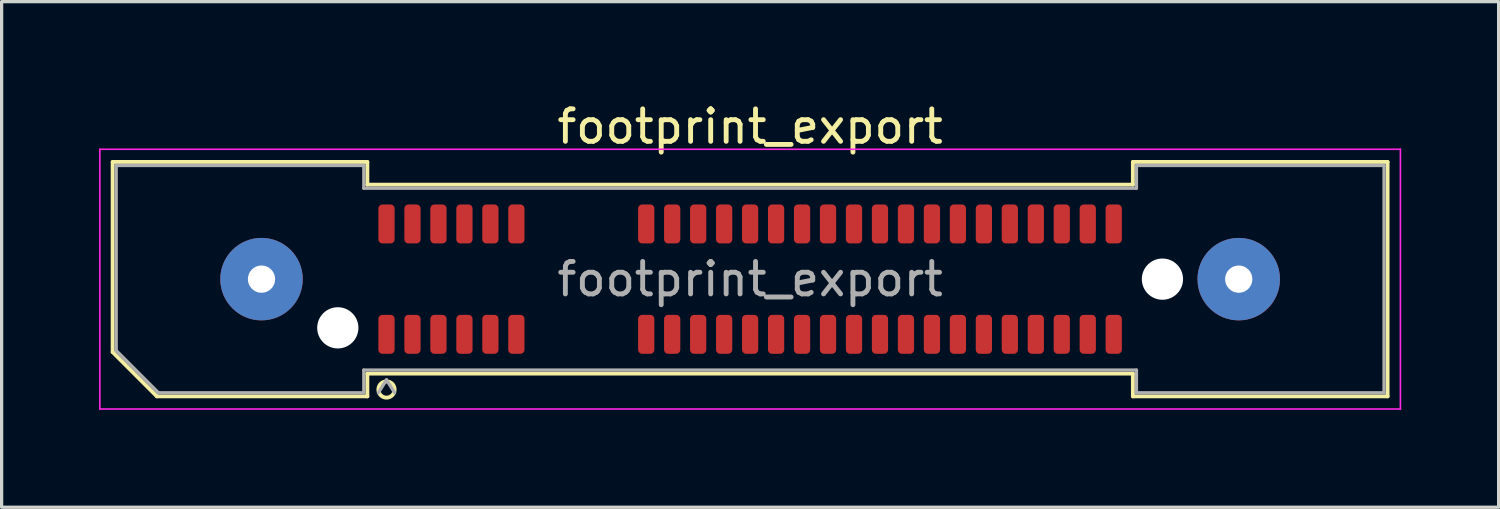
<source format=kicad_pcb>
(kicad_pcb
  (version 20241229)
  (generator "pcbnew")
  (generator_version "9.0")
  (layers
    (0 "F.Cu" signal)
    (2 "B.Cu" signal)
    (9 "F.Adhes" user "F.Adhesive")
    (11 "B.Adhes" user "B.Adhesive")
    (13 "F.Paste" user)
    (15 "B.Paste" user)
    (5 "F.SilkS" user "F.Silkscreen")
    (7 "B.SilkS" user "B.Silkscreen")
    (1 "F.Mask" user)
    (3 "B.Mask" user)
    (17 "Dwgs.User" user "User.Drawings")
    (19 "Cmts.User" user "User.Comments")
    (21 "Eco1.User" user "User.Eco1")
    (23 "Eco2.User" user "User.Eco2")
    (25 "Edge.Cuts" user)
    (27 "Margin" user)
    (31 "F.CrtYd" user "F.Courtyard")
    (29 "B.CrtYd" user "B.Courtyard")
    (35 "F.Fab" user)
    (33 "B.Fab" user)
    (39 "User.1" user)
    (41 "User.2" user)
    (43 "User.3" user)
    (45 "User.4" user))
  (footprint "footprint_export"
    (layer "F.Cu")
    (at 20.055 5.548)
    (property "Reference" "footprint_export" (at 0 -4.7 0) (layer "F.SilkS") (effects (font (size 1 1) (thickness 0.15))))
    (attr smd)
    (fp_line (start -19.635 -3.61) (end -11.79 -3.61) (stroke (width 0.12) (type solid)) (layer "F.SilkS"))
    (fp_line (start -19.635 2.246) (end -19.635 -3.61) (stroke (width 0.12) (type solid)) (layer "F.SilkS"))
    (fp_line (start -18.271 3.61) (end -19.635 2.246) (stroke (width 0.12) (type solid)) (layer "F.SilkS"))
    (fp_line (start -11.79 -3.61) (end -11.79 -2.91) (stroke (width 0.12) (type solid)) (layer "F.SilkS"))
    (fp_line (start -11.79 -2.91) (end 11.79 -2.91) (stroke (width 0.12) (type solid)) (layer "F.SilkS"))
    (fp_line (start -11.79 2.91) (end -11.79 3.61) (stroke (width 0.12) (type solid)) (layer "F.SilkS"))
    (fp_line (start -11.79 3.61) (end -18.271 3.61) (stroke (width 0.12) (type solid)) (layer "F.SilkS"))
    (fp_line (start 11.79 -3.61) (end 19.635 -3.61) (stroke (width 0.12) (type solid)) (layer "F.SilkS"))
    (fp_line (start 11.79 -2.91) (end 11.79 -3.61) (stroke (width 0.12) (type solid)) (layer "F.SilkS"))
    (fp_line (start 11.79 2.91) (end -11.79 2.91) (stroke (width 0.12) (type solid)) (layer "F.SilkS"))
    (fp_line (start 11.79 3.61) (end 11.79 2.91) (stroke (width 0.12) (type solid)) (layer "F.SilkS"))
    (fp_line (start 19.635 -3.61) (end 19.635 3.61) (stroke (width 0.12) (type solid)) (layer "F.SilkS"))
    (fp_line (start 19.635 3.61) (end 11.79 3.61) (stroke (width 0.12) (type solid)) (layer "F.SilkS"))
    (fp_circle (center -11.2 3.4) (end -10.95 3.4) (stroke (width 0.12) (type solid)) (fill no) (layer "F.SilkS"))
    (fp_line (start -20.03 -4) (end -20.03 4) (stroke (width 0.05) (type solid)) (layer "F.CrtYd"))
    (fp_line (start -20.03 4) (end 20.03 4) (stroke (width 0.05) (type solid)) (layer "F.CrtYd"))
    (fp_line (start 20.03 -4) (end -20.03 -4) (stroke (width 0.05) (type solid)) (layer "F.CrtYd"))
    (fp_line (start 20.03 4) (end 20.03 -4) (stroke (width 0.05) (type solid)) (layer "F.CrtYd"))
    (fp_line (start -19.525 -3.5) (end -11.9 -3.5) (stroke (width 0.1) (type solid)) (layer "F.Fab"))
    (fp_line (start -19.525 2.2) (end -19.525 -3.5) (stroke (width 0.1) (type solid)) (layer "F.Fab"))
    (fp_line (start -18.225 3.5) (end -19.525 2.2) (stroke (width 0.1) (type solid)) (layer "F.Fab"))
    (fp_line (start -11.9 -3.5) (end -11.9 -2.8) (stroke (width 0.1) (type solid)) (layer "F.Fab"))
    (fp_line (start -11.9 -2.8) (end 11.9 -2.8) (stroke (width 0.1) (type solid)) (layer "F.Fab"))
    (fp_line (start -11.9 2.8) (end -11.9 3.5) (stroke (width 0.1) (type solid)) (layer "F.Fab"))
    (fp_line (start -11.9 3.5) (end -18.225 3.5) (stroke (width 0.1) (type solid)) (layer "F.Fab"))
    (fp_line (start -11.2 3.1) (end -11.45 3.5) (stroke (width 0.1) (type solid)) (layer "F.Fab"))
    (fp_line (start -11.2 3.1) (end -10.95 3.5) (stroke (width 0.1) (type solid)) (layer "F.Fab"))
    (fp_line (start 11.9 -3.5) (end 19.525 -3.5) (stroke (width 0.1) (type solid)) (layer "F.Fab"))
    (fp_line (start 11.9 -2.8) (end 11.9 -3.5) (stroke (width 0.1) (type solid)) (layer "F.Fab"))
    (fp_line (start 11.9 2.8) (end -11.9 2.8) (stroke (width 0.1) (type solid)) (layer "F.Fab"))
    (fp_line (start 11.9 3.5) (end 11.9 2.8) (stroke (width 0.1) (type solid)) (layer "F.Fab"))
    (fp_line (start 19.525 -3.5) (end 19.525 3.5) (stroke (width 0.1) (type solid)) (layer "F.Fab"))
    (fp_line (start 19.525 3.5) (end 11.9 3.5) (stroke (width 0.1) (type solid)) (layer "F.Fab"))
    (fp_text user "${REFERENCE}" (at 0 0 0) (layer "F.Fab") (effects (font (size 1 1) (thickness 0.15))))
    (pad "" thru_hole circle (at -15.05 0) (size 2.54 2.54) (drill 0.84) (layers "*.Cu" "*.Mask" "F.Paste"))
    (pad "" np_thru_hole circle (at -12.7 1.5) (size 1.27 1.27) (drill 1.27) (layers "*.Cu" "*.Mask"))
    (pad "" np_thru_hole circle (at 12.7 0) (size 1.27 1.27) (drill 1.27) (layers "*.Cu" "*.Mask"))
    (pad "" thru_hole circle (at 15.05 0) (size 2.54 2.54) (drill 0.84) (layers "*.Cu" "*.Mask" "F.Paste"))
    (pad "1" smd roundrect (at -11.2 1.7) (size 0.5 1.2) (layers "F.Cu" "F.Mask" "F.Paste") (roundrect_rratio 0.25))
    (pad "2" smd roundrect (at -11.2 -1.7) (size 0.5 1.2) (layers "F.Cu" "F.Mask" "F.Paste") (roundrect_rratio 0.25))
    (pad "3" smd roundrect (at -10.4 1.7) (size 0.5 1.2) (layers "F.Cu" "F.Mask" "F.Paste") (roundrect_rratio 0.25))
    (pad "4" smd roundrect (at -10.4 -1.7) (size 0.5 1.2) (layers "F.Cu" "F.Mask" "F.Paste") (roundrect_rratio 0.25))
    (pad "5" smd roundrect (at -9.6 1.7) (size 0.5 1.2) (layers "F.Cu" "F.Mask" "F.Paste") (roundrect_rratio 0.25))
    (pad "6" smd roundrect (at -9.6 -1.7) (size 0.5 1.2) (layers "F.Cu" "F.Mask" "F.Paste") (roundrect_rratio 0.25))
    (pad "7" smd roundrect (at -8.8 1.7) (size 0.5 1.2) (layers "F.Cu" "F.Mask" "F.Paste") (roundrect_rratio 0.25))
    (pad "8" smd roundrect (at -8.8 -1.7) (size 0.5 1.2) (layers "F.Cu" "F.Mask" "F.Paste") (roundrect_rratio 0.25))
    (pad "9" smd roundrect (at -8 1.7) (size 0.5 1.2) (layers "F.Cu" "F.Mask" "F.Paste") (roundrect_rratio 0.25))
    (pad "10" smd roundrect (at -8 -1.7) (size 0.5 1.2) (layers "F.Cu" "F.Mask" "F.Paste") (roundrect_rratio 0.25))
    (pad "11" smd roundrect (at -7.2 1.7) (size 0.5 1.2) (layers "F.Cu" "F.Mask" "F.Paste") (roundrect_rratio 0.25))
    (pad "12" smd roundrect (at -7.2 -1.7) (size 0.5 1.2) (layers "F.Cu" "F.Mask" "F.Paste") (roundrect_rratio 0.25))
    (pad "13" smd roundrect (at -3.2 1.7) (size 0.5 1.2) (layers "F.Cu" "F.Mask" "F.Paste") (roundrect_rratio 0.25))
    (pad "14" smd roundrect (at -3.2 -1.7) (size 0.5 1.2) (layers "F.Cu" "F.Mask" "F.Paste") (roundrect_rratio 0.25))
    (pad "15" smd roundrect (at -2.4 1.7) (size 0.5 1.2) (layers "F.Cu" "F.Mask" "F.Paste") (roundrect_rratio 0.25))
    (pad "16" smd roundrect (at -2.4 -1.7) (size 0.5 1.2) (layers "F.Cu" "F.Mask" "F.Paste") (roundrect_rratio 0.25))
    (pad "17" smd roundrect (at -1.6 1.7) (size 0.5 1.2) (layers "F.Cu" "F.Mask" "F.Paste") (roundrect_rratio 0.25))
    (pad "18" smd roundrect (at -1.6 -1.7) (size 0.5 1.2) (layers "F.Cu" "F.Mask" "F.Paste") (roundrect_rratio 0.25))
    (pad "19" smd roundrect (at -0.8 1.7) (size 0.5 1.2) (layers "F.Cu" "F.Mask" "F.Paste") (roundrect_rratio 0.25))
    (pad "20" smd roundrect (at -0.8 -1.7) (size 0.5 1.2) (layers "F.Cu" "F.Mask" "F.Paste") (roundrect_rratio 0.25))
    (pad "21" smd roundrect (at 0 1.7) (size 0.5 1.2) (layers "F.Cu" "F.Mask" "F.Paste") (roundrect_rratio 0.25))
    (pad "22" smd roundrect (at 0 -1.7) (size 0.5 1.2) (layers "F.Cu" "F.Mask" "F.Paste") (roundrect_rratio 0.25))
    (pad "23" smd roundrect (at 0.8 1.7) (size 0.5 1.2) (layers "F.Cu" "F.Mask" "F.Paste") (roundrect_rratio 0.25))
    (pad "24" smd roundrect (at 0.8 -1.7) (size 0.5 1.2) (layers "F.Cu" "F.Mask" "F.Paste") (roundrect_rratio 0.25))
    (pad "25" smd roundrect (at 1.6 1.7) (size 0.5 1.2) (layers "F.Cu" "F.Mask" "F.Paste") (roundrect_rratio 0.25))
    (pad "26" smd roundrect (at 1.6 -1.7) (size 0.5 1.2) (layers "F.Cu" "F.Mask" "F.Paste") (roundrect_rratio 0.25))
    (pad "27" smd roundrect (at 2.4 1.7) (size 0.5 1.2) (layers "F.Cu" "F.Mask" "F.Paste") (roundrect_rratio 0.25))
    (pad "28" smd roundrect (at 2.4 -1.7) (size 0.5 1.2) (layers "F.Cu" "F.Mask" "F.Paste") (roundrect_rratio 0.25))
    (pad "29" smd roundrect (at 3.2 1.7) (size 0.5 1.2) (layers "F.Cu" "F.Mask" "F.Paste") (roundrect_rratio 0.25))
    (pad "30" smd roundrect (at 3.2 -1.7) (size 0.5 1.2) (layers "F.Cu" "F.Mask" "F.Paste") (roundrect_rratio 0.25))
    (pad "31" smd roundrect (at 4 1.7) (size 0.5 1.2) (layers "F.Cu" "F.Mask" "F.Paste") (roundrect_rratio 0.25))
    (pad "32" smd roundrect (at 4 -1.7) (size 0.5 1.2) (layers "F.Cu" "F.Mask" "F.Paste") (roundrect_rratio 0.25))
    (pad "33" smd roundrect (at 4.8 1.7) (size 0.5 1.2) (layers "F.Cu" "F.Mask" "F.Paste") (roundrect_rratio 0.25))
    (pad "34" smd roundrect (at 4.8 -1.7) (size 0.5 1.2) (layers "F.Cu" "F.Mask" "F.Paste") (roundrect_rratio 0.25))
    (pad "35" smd roundrect (at 5.6 1.7) (size 0.5 1.2) (layers "F.Cu" "F.Mask" "F.Paste") (roundrect_rratio 0.25))
    (pad "36" smd roundrect (at 5.6 -1.7) (size 0.5 1.2) (layers "F.Cu" "F.Mask" "F.Paste") (roundrect_rratio 0.25))
    (pad "37" smd roundrect (at 6.4 1.7) (size 0.5 1.2) (layers "F.Cu" "F.Mask" "F.Paste") (roundrect_rratio 0.25))
    (pad "38" smd roundrect (at 6.4 -1.7) (size 0.5 1.2) (layers "F.Cu" "F.Mask" "F.Paste") (roundrect_rratio 0.25))
    (pad "39" smd roundrect (at 7.2 1.7) (size 0.5 1.2) (layers "F.Cu" "F.Mask" "F.Paste") (roundrect_rratio 0.25))
    (pad "40" smd roundrect (at 7.2 -1.7) (size 0.5 1.2) (layers "F.Cu" "F.Mask" "F.Paste") (roundrect_rratio 0.25))
    (pad "41" smd roundrect (at 8 1.7) (size 0.5 1.2) (layers "F.Cu" "F.Mask" "F.Paste") (roundrect_rratio 0.25))
    (pad "42" smd roundrect (at 8 -1.7) (size 0.5 1.2) (layers "F.Cu" "F.Mask" "F.Paste") (roundrect_rratio 0.25))
    (pad "43" smd roundrect (at 8.8 1.7) (size 0.5 1.2) (layers "F.Cu" "F.Mask" "F.Paste") (roundrect_rratio 0.25))
    (pad "44" smd roundrect (at 8.8 -1.7) (size 0.5 1.2) (layers "F.Cu" "F.Mask" "F.Paste") (roundrect_rratio 0.25))
    (pad "45" smd roundrect (at 9.6 1.7) (size 0.5 1.2) (layers "F.Cu" "F.Mask" "F.Paste") (roundrect_rratio 0.25))
    (pad "46" smd roundrect (at 9.6 -1.7) (size 0.5 1.2) (layers "F.Cu" "F.Mask" "F.Paste") (roundrect_rratio 0.25))
    (pad "47" smd roundrect (at 10.4 1.7) (size 0.5 1.2) (layers "F.Cu" "F.Mask" "F.Paste") (roundrect_rratio 0.25))
    (pad "48" smd roundrect (at 10.4 -1.7) (size 0.5 1.2) (layers "F.Cu" "F.Mask" "F.Paste") (roundrect_rratio 0.25))
    (pad "49" smd roundrect (at 11.2 1.7) (size 0.5 1.2) (layers "F.Cu" "F.Mask" "F.Paste") (roundrect_rratio 0.25))
    (pad "50" smd roundrect (at 11.2 -1.7) (size 0.5 1.2) (layers "F.Cu" "F.Mask" "F.Paste") (roundrect_rratio 0.25)))
  (gr_rect
    (start -3 -3)
    (end 43.11 12.573)
    (stroke (width 0.1) (type default))
    (fill no)
    (layer "Edge.Cuts")))
</source>
